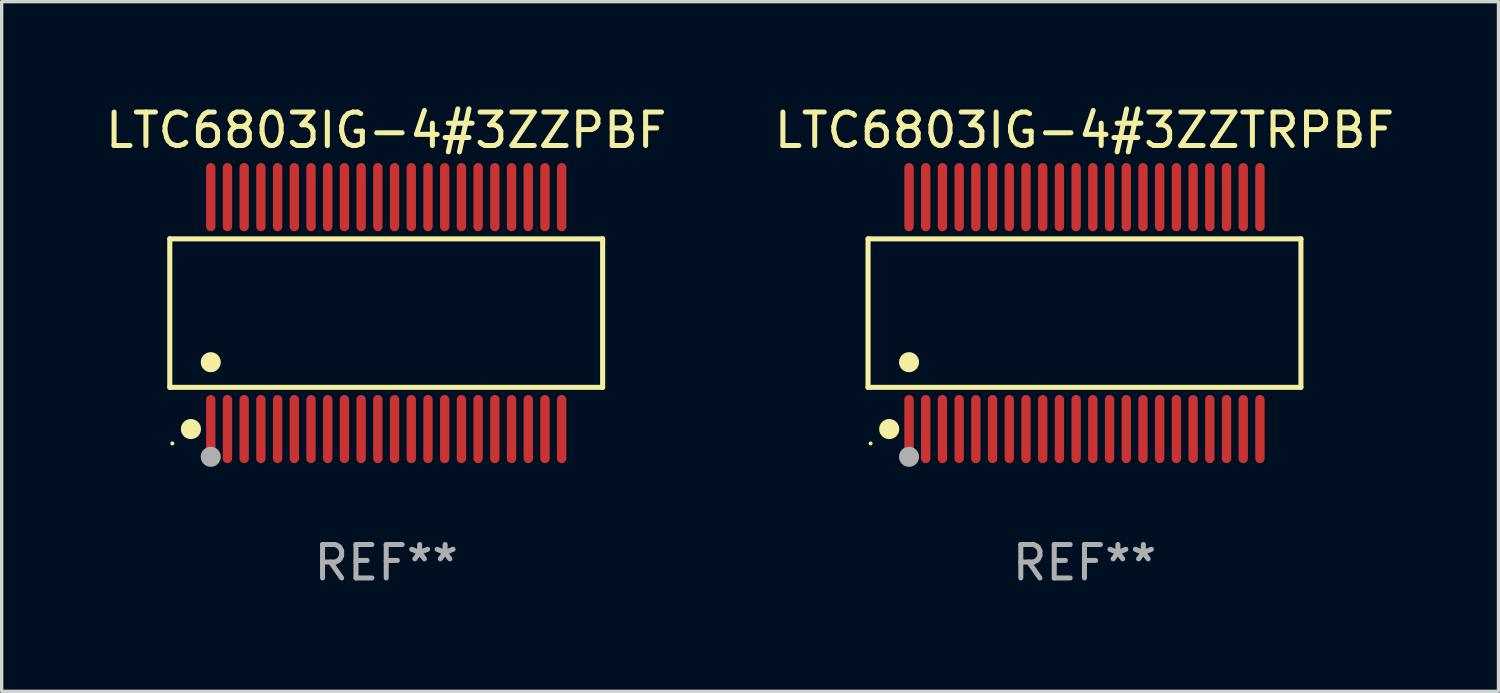
<source format=kicad_pcb>
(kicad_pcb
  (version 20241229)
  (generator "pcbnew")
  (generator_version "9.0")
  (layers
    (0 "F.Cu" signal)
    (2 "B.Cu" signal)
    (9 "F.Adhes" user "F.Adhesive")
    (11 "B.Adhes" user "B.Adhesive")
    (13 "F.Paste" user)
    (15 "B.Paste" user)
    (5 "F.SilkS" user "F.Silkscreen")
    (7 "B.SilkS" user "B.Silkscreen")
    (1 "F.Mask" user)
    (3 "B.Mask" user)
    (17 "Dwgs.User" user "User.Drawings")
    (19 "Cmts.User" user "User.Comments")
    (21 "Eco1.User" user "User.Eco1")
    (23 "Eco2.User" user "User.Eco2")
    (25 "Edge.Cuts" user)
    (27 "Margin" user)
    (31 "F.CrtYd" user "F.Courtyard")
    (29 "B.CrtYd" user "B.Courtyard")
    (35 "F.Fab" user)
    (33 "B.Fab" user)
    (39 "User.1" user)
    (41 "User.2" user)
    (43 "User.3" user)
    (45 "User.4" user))
  (footprint "LTC6803IG-4#3ZZTRPBF"
    (layer "F.Cu")
    (at 29.399 6.318)
    (property "Reference" "LTC6803IG-4#3ZZTRPBF" (at 0 -5.47 0) (layer "F.SilkS") (effects (font (size 1 1) (thickness 0.15))))
    (attr through_hole)
    (fp_line (start -6.476 -2.221) (end 6.476 -2.221) (stroke (width 0.152) (type solid)) (layer "F.SilkS"))
    (fp_line (start -6.476 2.221) (end -6.476 -2.221) (stroke (width 0.152) (type solid)) (layer "F.SilkS"))
    (fp_line (start 6.476 -2.221) (end 6.476 2.221) (stroke (width 0.152) (type solid)) (layer "F.SilkS"))
    (fp_line (start 6.476 2.221) (end -6.476 2.221) (stroke (width 0.152) (type solid)) (layer "F.SilkS"))
    (fp_circle (center -6.4 3.9) (end -6.37 3.9) (stroke (width 0.06) (type solid)) (fill no) (layer "F.SilkS"))
    (fp_circle (center -5.843 3.47) (end -5.692 3.47) (stroke (width 0.3) (type solid)) (fill no) (layer "F.SilkS"))
    (fp_circle (center -5.25 1.469) (end -5.1 1.469) (stroke (width 0.3) (type solid)) (fill no) (layer "F.SilkS"))
    (fp_circle (center -5.25 4.3) (end -5.1 4.3) (stroke (width 0.3) (type solid)) (fill no) (layer "F.Fab"))
    (fp_text user "REF**" (at 0 7.47 0) (layer "F.Fab") (effects (font (size 1 1) (thickness 0.15))))
    (pad "1" smd oval (at -5.25 3.47) (size 0.28 2.04) (layers "F.Cu" "F.Mask" "F.Paste"))
    (pad "2" smd oval (at -4.75 3.47) (size 0.28 2.04) (layers "F.Cu" "F.Mask" "F.Paste"))
    (pad "3" smd oval (at -4.25 3.47) (size 0.28 2.04) (layers "F.Cu" "F.Mask" "F.Paste"))
    (pad "4" smd oval (at -3.75 3.47) (size 0.28 2.04) (layers "F.Cu" "F.Mask" "F.Paste"))
    (pad "5" smd oval (at -3.25 3.47) (size 0.28 2.04) (layers "F.Cu" "F.Mask" "F.Paste"))
    (pad "6" smd oval (at -2.75 3.47) (size 0.28 2.04) (layers "F.Cu" "F.Mask" "F.Paste"))
    (pad "7" smd oval (at -2.25 3.47) (size 0.28 2.04) (layers "F.Cu" "F.Mask" "F.Paste"))
    (pad "8" smd oval (at -1.75 3.47) (size 0.28 2.04) (layers "F.Cu" "F.Mask" "F.Paste"))
    (pad "9" smd oval (at -1.25 3.47) (size 0.28 2.04) (layers "F.Cu" "F.Mask" "F.Paste"))
    (pad "10" smd oval (at -0.75 3.47) (size 0.28 2.04) (layers "F.Cu" "F.Mask" "F.Paste"))
    (pad "11" smd oval (at -0.25 3.47) (size 0.28 2.04) (layers "F.Cu" "F.Mask" "F.Paste"))
    (pad "12" smd oval (at 0.25 3.47) (size 0.28 2.04) (layers "F.Cu" "F.Mask" "F.Paste"))
    (pad "13" smd oval (at 0.75 3.47) (size 0.28 2.04) (layers "F.Cu" "F.Mask" "F.Paste"))
    (pad "14" smd oval (at 1.25 3.47) (size 0.28 2.04) (layers "F.Cu" "F.Mask" "F.Paste"))
    (pad "15" smd oval (at 1.75 3.47) (size 0.28 2.04) (layers "F.Cu" "F.Mask" "F.Paste"))
    (pad "16" smd oval (at 2.25 3.47) (size 0.28 2.04) (layers "F.Cu" "F.Mask" "F.Paste"))
    (pad "17" smd oval (at 2.75 3.47) (size 0.28 2.04) (layers "F.Cu" "F.Mask" "F.Paste"))
    (pad "18" smd oval (at 3.25 3.47) (size 0.28 2.04) (layers "F.Cu" "F.Mask" "F.Paste"))
    (pad "19" smd oval (at 3.75 3.47) (size 0.28 2.04) (layers "F.Cu" "F.Mask" "F.Paste"))
    (pad "20" smd oval (at 4.25 3.47) (size 0.28 2.04) (layers "F.Cu" "F.Mask" "F.Paste"))
    (pad "21" smd oval (at 4.75 3.47) (size 0.28 2.04) (layers "F.Cu" "F.Mask" "F.Paste"))
    (pad "22" smd oval (at 5.25 3.47) (size 0.28 2.04) (layers "F.Cu" "F.Mask" "F.Paste"))
    (pad "23" smd oval (at 5.25 -3.47) (size 0.28 2.04) (layers "F.Cu" "F.Mask" "F.Paste"))
    (pad "24" smd oval (at 4.75 -3.47) (size 0.28 2.04) (layers "F.Cu" "F.Mask" "F.Paste"))
    (pad "25" smd oval (at 4.25 -3.47) (size 0.28 2.04) (layers "F.Cu" "F.Mask" "F.Paste"))
    (pad "26" smd oval (at 3.75 -3.47) (size 0.28 2.04) (layers "F.Cu" "F.Mask" "F.Paste"))
    (pad "27" smd oval (at 3.25 -3.47) (size 0.28 2.04) (layers "F.Cu" "F.Mask" "F.Paste"))
    (pad "28" smd oval (at 2.75 -3.47) (size 0.28 2.04) (layers "F.Cu" "F.Mask" "F.Paste"))
    (pad "29" smd oval (at 2.25 -3.47) (size 0.28 2.04) (layers "F.Cu" "F.Mask" "F.Paste"))
    (pad "30" smd oval (at 1.75 -3.47) (size 0.28 2.04) (layers "F.Cu" "F.Mask" "F.Paste"))
    (pad "31" smd oval (at 1.25 -3.47) (size 0.28 2.04) (layers "F.Cu" "F.Mask" "F.Paste"))
    (pad "32" smd oval (at 0.75 -3.47) (size 0.28 2.04) (layers "F.Cu" "F.Mask" "F.Paste"))
    (pad "33" smd oval (at 0.25 -3.47) (size 0.28 2.04) (layers "F.Cu" "F.Mask" "F.Paste"))
    (pad "34" smd oval (at -0.25 -3.47) (size 0.28 2.04) (layers "F.Cu" "F.Mask" "F.Paste"))
    (pad "35" smd oval (at -0.75 -3.47) (size 0.28 2.04) (layers "F.Cu" "F.Mask" "F.Paste"))
    (pad "36" smd oval (at -1.25 -3.47) (size 0.28 2.04) (layers "F.Cu" "F.Mask" "F.Paste"))
    (pad "37" smd oval (at -1.75 -3.47) (size 0.28 2.04) (layers "F.Cu" "F.Mask" "F.Paste"))
    (pad "38" smd oval (at -2.25 -3.47) (size 0.28 2.04) (layers "F.Cu" "F.Mask" "F.Paste"))
    (pad "39" smd oval (at -2.75 -3.47) (size 0.28 2.04) (layers "F.Cu" "F.Mask" "F.Paste"))
    (pad "40" smd oval (at -3.25 -3.47) (size 0.28 2.04) (layers "F.Cu" "F.Mask" "F.Paste"))
    (pad "41" smd oval (at -3.75 -3.47) (size 0.28 2.04) (layers "F.Cu" "F.Mask" "F.Paste"))
    (pad "42" smd oval (at -4.25 -3.47) (size 0.28 2.04) (layers "F.Cu" "F.Mask" "F.Paste"))
    (pad "43" smd oval (at -4.75 -3.47) (size 0.28 2.04) (layers "F.Cu" "F.Mask" "F.Paste"))
    (pad "44" smd oval (at -5.25 -3.47) (size 0.28 2.04) (layers "F.Cu" "F.Mask" "F.Paste")))
  (footprint "LTC6803IG-4#3ZZPBF"
    (layer "F.Cu")
    (at 8.506 6.318)
    (property "Reference" "LTC6803IG-4#3ZZPBF" (at 0 -5.47 0) (layer "F.SilkS") (effects (font (size 1 1) (thickness 0.15))))
    (attr through_hole)
    (fp_line (start -6.476 -2.221) (end 6.476 -2.221) (stroke (width 0.152) (type solid)) (layer "F.SilkS"))
    (fp_line (start -6.476 2.221) (end -6.476 -2.221) (stroke (width 0.152) (type solid)) (layer "F.SilkS"))
    (fp_line (start 6.476 -2.221) (end 6.476 2.221) (stroke (width 0.152) (type solid)) (layer "F.SilkS"))
    (fp_line (start 6.476 2.221) (end -6.476 2.221) (stroke (width 0.152) (type solid)) (layer "F.SilkS"))
    (fp_circle (center -6.4 3.9) (end -6.37 3.9) (stroke (width 0.06) (type solid)) (fill no) (layer "F.SilkS"))
    (fp_circle (center -5.843 3.47) (end -5.692 3.47) (stroke (width 0.3) (type solid)) (fill no) (layer "F.SilkS"))
    (fp_circle (center -5.25 1.469) (end -5.1 1.469) (stroke (width 0.3) (type solid)) (fill no) (layer "F.SilkS"))
    (fp_circle (center -5.25 4.3) (end -5.1 4.3) (stroke (width 0.3) (type solid)) (fill no) (layer "F.Fab"))
    (fp_text user "REF**" (at 0 7.47 0) (layer "F.Fab") (effects (font (size 1 1) (thickness 0.15))))
    (pad "1" smd oval (at -5.25 3.47) (size 0.28 2.04) (layers "F.Cu" "F.Mask" "F.Paste"))
    (pad "2" smd oval (at -4.75 3.47) (size 0.28 2.04) (layers "F.Cu" "F.Mask" "F.Paste"))
    (pad "3" smd oval (at -4.25 3.47) (size 0.28 2.04) (layers "F.Cu" "F.Mask" "F.Paste"))
    (pad "4" smd oval (at -3.75 3.47) (size 0.28 2.04) (layers "F.Cu" "F.Mask" "F.Paste"))
    (pad "5" smd oval (at -3.25 3.47) (size 0.28 2.04) (layers "F.Cu" "F.Mask" "F.Paste"))
    (pad "6" smd oval (at -2.75 3.47) (size 0.28 2.04) (layers "F.Cu" "F.Mask" "F.Paste"))
    (pad "7" smd oval (at -2.25 3.47) (size 0.28 2.04) (layers "F.Cu" "F.Mask" "F.Paste"))
    (pad "8" smd oval (at -1.75 3.47) (size 0.28 2.04) (layers "F.Cu" "F.Mask" "F.Paste"))
    (pad "9" smd oval (at -1.25 3.47) (size 0.28 2.04) (layers "F.Cu" "F.Mask" "F.Paste"))
    (pad "10" smd oval (at -0.75 3.47) (size 0.28 2.04) (layers "F.Cu" "F.Mask" "F.Paste"))
    (pad "11" smd oval (at -0.25 3.47) (size 0.28 2.04) (layers "F.Cu" "F.Mask" "F.Paste"))
    (pad "12" smd oval (at 0.25 3.47) (size 0.28 2.04) (layers "F.Cu" "F.Mask" "F.Paste"))
    (pad "13" smd oval (at 0.75 3.47) (size 0.28 2.04) (layers "F.Cu" "F.Mask" "F.Paste"))
    (pad "14" smd oval (at 1.25 3.47) (size 0.28 2.04) (layers "F.Cu" "F.Mask" "F.Paste"))
    (pad "15" smd oval (at 1.75 3.47) (size 0.28 2.04) (layers "F.Cu" "F.Mask" "F.Paste"))
    (pad "16" smd oval (at 2.25 3.47) (size 0.28 2.04) (layers "F.Cu" "F.Mask" "F.Paste"))
    (pad "17" smd oval (at 2.75 3.47) (size 0.28 2.04) (layers "F.Cu" "F.Mask" "F.Paste"))
    (pad "18" smd oval (at 3.25 3.47) (size 0.28 2.04) (layers "F.Cu" "F.Mask" "F.Paste"))
    (pad "19" smd oval (at 3.75 3.47) (size 0.28 2.04) (layers "F.Cu" "F.Mask" "F.Paste"))
    (pad "20" smd oval (at 4.25 3.47) (size 0.28 2.04) (layers "F.Cu" "F.Mask" "F.Paste"))
    (pad "21" smd oval (at 4.75 3.47) (size 0.28 2.04) (layers "F.Cu" "F.Mask" "F.Paste"))
    (pad "22" smd oval (at 5.25 3.47) (size 0.28 2.04) (layers "F.Cu" "F.Mask" "F.Paste"))
    (pad "23" smd oval (at 5.25 -3.47) (size 0.28 2.04) (layers "F.Cu" "F.Mask" "F.Paste"))
    (pad "24" smd oval (at 4.75 -3.47) (size 0.28 2.04) (layers "F.Cu" "F.Mask" "F.Paste"))
    (pad "25" smd oval (at 4.25 -3.47) (size 0.28 2.04) (layers "F.Cu" "F.Mask" "F.Paste"))
    (pad "26" smd oval (at 3.75 -3.47) (size 0.28 2.04) (layers "F.Cu" "F.Mask" "F.Paste"))
    (pad "27" smd oval (at 3.25 -3.47) (size 0.28 2.04) (layers "F.Cu" "F.Mask" "F.Paste"))
    (pad "28" smd oval (at 2.75 -3.47) (size 0.28 2.04) (layers "F.Cu" "F.Mask" "F.Paste"))
    (pad "29" smd oval (at 2.25 -3.47) (size 0.28 2.04) (layers "F.Cu" "F.Mask" "F.Paste"))
    (pad "30" smd oval (at 1.75 -3.47) (size 0.28 2.04) (layers "F.Cu" "F.Mask" "F.Paste"))
    (pad "31" smd oval (at 1.25 -3.47) (size 0.28 2.04) (layers "F.Cu" "F.Mask" "F.Paste"))
    (pad "32" smd oval (at 0.75 -3.47) (size 0.28 2.04) (layers "F.Cu" "F.Mask" "F.Paste"))
    (pad "33" smd oval (at 0.25 -3.47) (size 0.28 2.04) (layers "F.Cu" "F.Mask" "F.Paste"))
    (pad "34" smd oval (at -0.25 -3.47) (size 0.28 2.04) (layers "F.Cu" "F.Mask" "F.Paste"))
    (pad "35" smd oval (at -0.75 -3.47) (size 0.28 2.04) (layers "F.Cu" "F.Mask" "F.Paste"))
    (pad "36" smd oval (at -1.25 -3.47) (size 0.28 2.04) (layers "F.Cu" "F.Mask" "F.Paste"))
    (pad "37" smd oval (at -1.75 -3.47) (size 0.28 2.04) (layers "F.Cu" "F.Mask" "F.Paste"))
    (pad "38" smd oval (at -2.25 -3.47) (size 0.28 2.04) (layers "F.Cu" "F.Mask" "F.Paste"))
    (pad "39" smd oval (at -2.75 -3.47) (size 0.28 2.04) (layers "F.Cu" "F.Mask" "F.Paste"))
    (pad "40" smd oval (at -3.25 -3.47) (size 0.28 2.04) (layers "F.Cu" "F.Mask" "F.Paste"))
    (pad "41" smd oval (at -3.75 -3.47) (size 0.28 2.04) (layers "F.Cu" "F.Mask" "F.Paste"))
    (pad "42" smd oval (at -4.25 -3.47) (size 0.28 2.04) (layers "F.Cu" "F.Mask" "F.Paste"))
    (pad "43" smd oval (at -4.75 -3.47) (size 0.28 2.04) (layers "F.Cu" "F.Mask" "F.Paste"))
    (pad "44" smd oval (at -5.25 -3.47) (size 0.28 2.04) (layers "F.Cu" "F.Mask" "F.Paste")))
  (gr_rect
    (start -3 -3)
    (end 41.786 17.636)
    (stroke (width 0.1) (type default))
    (fill no)
    (layer "Edge.Cuts")))
</source>
